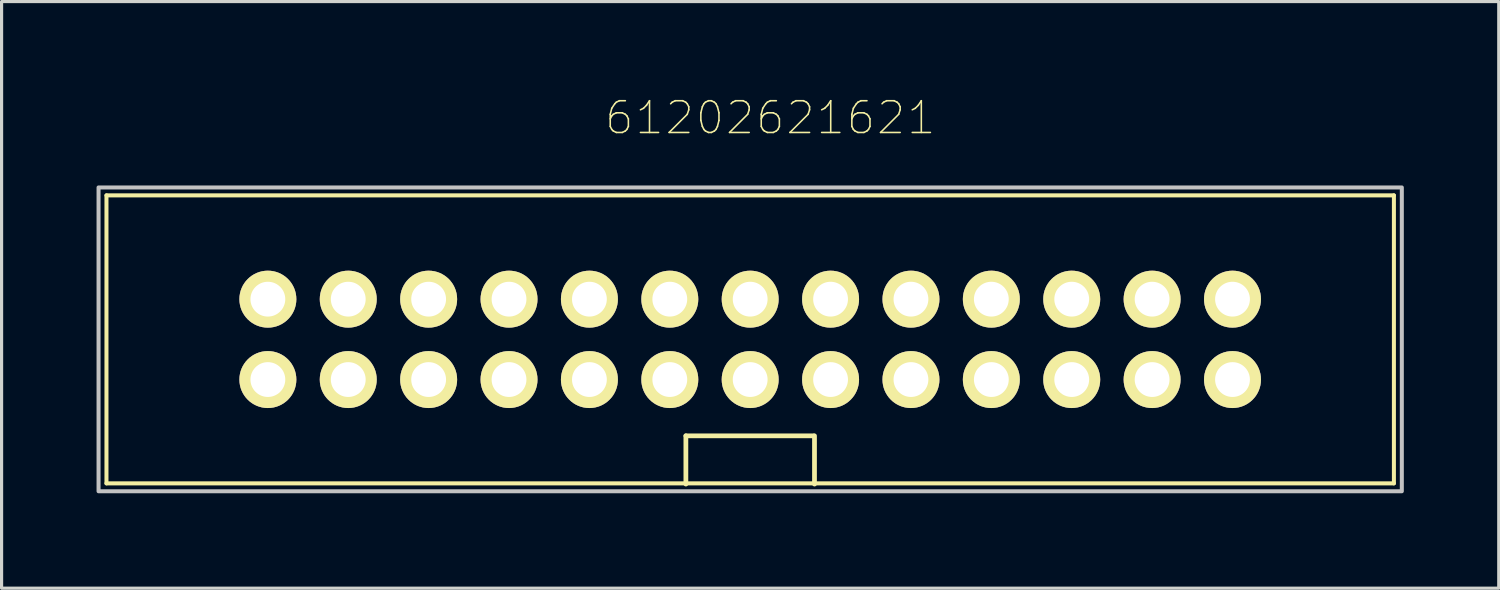
<source format=kicad_pcb>
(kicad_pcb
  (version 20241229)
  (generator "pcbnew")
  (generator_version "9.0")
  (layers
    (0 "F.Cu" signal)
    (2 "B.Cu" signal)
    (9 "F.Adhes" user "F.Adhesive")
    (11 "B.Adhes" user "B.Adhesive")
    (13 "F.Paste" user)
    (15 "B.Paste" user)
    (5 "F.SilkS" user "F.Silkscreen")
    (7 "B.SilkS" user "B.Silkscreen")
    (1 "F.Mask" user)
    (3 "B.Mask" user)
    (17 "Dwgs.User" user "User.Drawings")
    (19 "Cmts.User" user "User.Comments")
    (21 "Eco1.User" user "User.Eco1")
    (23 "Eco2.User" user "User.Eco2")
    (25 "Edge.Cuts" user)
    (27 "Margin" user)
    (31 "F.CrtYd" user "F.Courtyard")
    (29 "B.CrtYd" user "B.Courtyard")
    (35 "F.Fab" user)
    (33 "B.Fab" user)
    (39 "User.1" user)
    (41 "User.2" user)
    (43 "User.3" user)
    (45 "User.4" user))
  (footprint "61202621621"
    (layer "F.Cu")
    (at 20.654 7.673)
    (property "Reference" "61202621621" (at 0.636 -6.999 0) (layer "F.SilkS") (effects (font (size 1.002 1.002) (thickness 0.05))))
    (attr through_hole)
    (fp_line (start -20.34 -4.55) (end 20.34 -4.55) (stroke (width 0.127) (type solid)) (layer "F.SilkS"))
    (fp_line (start -20.34 4.55) (end -20.34 -4.55) (stroke (width 0.127) (type solid)) (layer "F.SilkS"))
    (fp_line (start -2.032 3.048) (end 2 3.048) (stroke (width 0.15) (type solid)) (layer "F.SilkS"))
    (fp_line (start -2.032 4.572) (end -2.032 3.048) (stroke (width 0.15) (type solid)) (layer "F.SilkS"))
    (fp_line (start 2.032 3.048) (end 2.032 4.572) (stroke (width 0.15) (type solid)) (layer "F.SilkS"))
    (fp_line (start 20.34 -4.55) (end 20.34 4.55) (stroke (width 0.127) (type solid)) (layer "F.SilkS"))
    (fp_line (start 20.34 4.55) (end -20.34 4.55) (stroke (width 0.127) (type solid)) (layer "F.SilkS"))
    (fp_poly (pts (xy -20.59 -4.8) (xy 20.59 -4.8) (xy 20.59 4.8) (xy -20.59 4.8)) (stroke (width 0.127) (type solid)) (fill no) (layer "Dwgs.User"))
    (pad "1" thru_hole circle (at -15.24 1.27) (size 1.8 1.8) (drill 1.1) (layers "*.Cu" "*.Mask" "F.SilkS"))
    (pad "2" thru_hole circle (at -15.24 -1.27) (size 1.8 1.8) (drill 1.1) (layers "*.Cu" "*.Mask" "F.SilkS"))
    (pad "3" thru_hole circle (at -12.7 1.27) (size 1.8 1.8) (drill 1.1) (layers "*.Cu" "*.Mask" "F.SilkS"))
    (pad "4" thru_hole circle (at -12.7 -1.27) (size 1.8 1.8) (drill 1.1) (layers "*.Cu" "*.Mask" "F.SilkS"))
    (pad "5" thru_hole circle (at -10.16 1.27) (size 1.8 1.8) (drill 1.1) (layers "*.Cu" "*.Mask" "F.SilkS"))
    (pad "6" thru_hole circle (at -10.16 -1.27) (size 1.8 1.8) (drill 1.1) (layers "*.Cu" "*.Mask" "F.SilkS"))
    (pad "7" thru_hole circle (at -7.62 1.27) (size 1.8 1.8) (drill 1.1) (layers "*.Cu" "*.Mask" "F.SilkS"))
    (pad "8" thru_hole circle (at -7.62 -1.27) (size 1.8 1.8) (drill 1.1) (layers "*.Cu" "*.Mask" "F.SilkS"))
    (pad "9" thru_hole circle (at -5.08 1.27) (size 1.8 1.8) (drill 1.1) (layers "*.Cu" "*.Mask" "F.SilkS"))
    (pad "10" thru_hole circle (at -5.08 -1.27) (size 1.8 1.8) (drill 1.1) (layers "*.Cu" "*.Mask" "F.SilkS"))
    (pad "11" thru_hole circle (at -2.54 1.27) (size 1.8 1.8) (drill 1.1) (layers "*.Cu" "*.Mask" "F.SilkS"))
    (pad "12" thru_hole circle (at -2.54 -1.27) (size 1.8 1.8) (drill 1.1) (layers "*.Cu" "*.Mask" "F.SilkS"))
    (pad "13" thru_hole circle (at 0 1.27) (size 1.8 1.8) (drill 1.1) (layers "*.Cu" "*.Mask" "F.SilkS"))
    (pad "14" thru_hole circle (at 0 -1.27) (size 1.8 1.8) (drill 1.1) (layers "*.Cu" "*.Mask" "F.SilkS"))
    (pad "15" thru_hole circle (at 2.54 1.27) (size 1.8 1.8) (drill 1.1) (layers "*.Cu" "*.Mask" "F.SilkS"))
    (pad "16" thru_hole circle (at 2.54 -1.27) (size 1.8 1.8) (drill 1.1) (layers "*.Cu" "*.Mask" "F.SilkS"))
    (pad "17" thru_hole circle (at 5.08 1.27) (size 1.8 1.8) (drill 1.1) (layers "*.Cu" "*.Mask" "F.SilkS"))
    (pad "18" thru_hole circle (at 5.08 -1.27) (size 1.8 1.8) (drill 1.1) (layers "*.Cu" "*.Mask" "F.SilkS"))
    (pad "19" thru_hole circle (at 7.62 1.27) (size 1.8 1.8) (drill 1.1) (layers "*.Cu" "*.Mask" "F.SilkS"))
    (pad "20" thru_hole circle (at 7.62 -1.27) (size 1.8 1.8) (drill 1.1) (layers "*.Cu" "*.Mask" "F.SilkS"))
    (pad "21" thru_hole circle (at 10.16 1.27) (size 1.8 1.8) (drill 1.1) (layers "*.Cu" "*.Mask" "F.SilkS"))
    (pad "22" thru_hole circle (at 10.16 -1.27) (size 1.8 1.8) (drill 1.1) (layers "*.Cu" "*.Mask" "F.SilkS"))
    (pad "23" thru_hole circle (at 12.7 1.27) (size 1.8 1.8) (drill 1.1) (layers "*.Cu" "*.Mask" "F.SilkS"))
    (pad "24" thru_hole circle (at 12.7 -1.27) (size 1.8 1.8) (drill 1.1) (layers "*.Cu" "*.Mask" "F.SilkS"))
    (pad "25" thru_hole circle (at 15.24 1.27) (size 1.8 1.8) (drill 1.1) (layers "*.Cu" "*.Mask" "F.SilkS"))
    (pad "26" thru_hole circle (at 15.24 -1.27) (size 1.8 1.8) (drill 1.1) (layers "*.Cu" "*.Mask" "F.SilkS")))
  (gr_rect
    (start -3 -3)
    (end 44.307 15.536)
    (stroke (width 0.1) (type default))
    (fill no)
    (layer "Edge.Cuts")))
</source>
